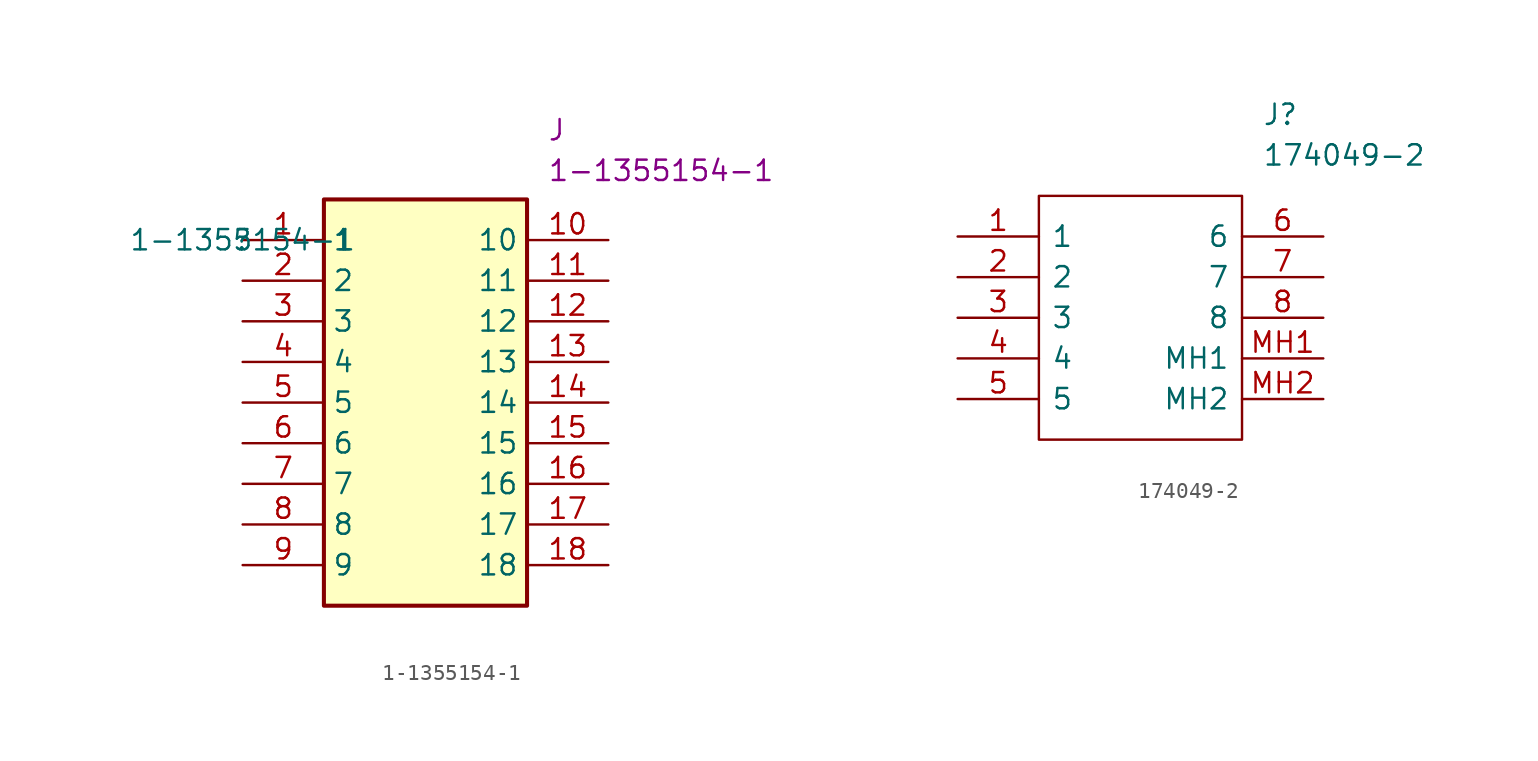
<source format=kicad_sym>
(kicad_symbol_lib
  (version 20211014)
  (generator kicad_symbol_editor)
  (symbol "1-1355154-1"
    (property "Reference" ""
      (at 0 0 0)
      (effects (font (size 1.27 1.27))))
    (property "Value" "1-1355154-1"
      (at 0 0 0)
      (effects (font (size 1.27 1.27))))
    (property "Reference_1" "J"
      (at 19.05 7.62 0)
      (effects (font (size 1.27 1.27)) (justify left top)))
    (property "Value_1" "1-1355154-1"
      (at 19.05 5.08 0)
      (effects (font (size 1.27 1.27)) (justify left top)))
    (symbol "1-1355154-1_1_1"
      (rectangle (start 5.08 2.54) (end 17.78 -22.86) (stroke (width 0.254) (type default) (color 0 0 0 0)) (fill (type background)))
      (pin passive line (at 0 0 0) (length 5.08) (name "1" (effects (font (size 1.27 1.27)))) (number "1" (effects (font (size 1.27 1.27)))))
      (pin passive line (at 22.86 0 180) (length 5.08) (name "10" (effects (font (size 1.27 1.27)))) (number "10" (effects (font (size 1.27 1.27)))))
      (pin passive line (at 22.86 -2.54 180) (length 5.08) (name "11" (effects (font (size 1.27 1.27)))) (number "11" (effects (font (size 1.27 1.27)))))
      (pin passive line (at 22.86 -5.08 180) (length 5.08) (name "12" (effects (font (size 1.27 1.27)))) (number "12" (effects (font (size 1.27 1.27)))))
      (pin passive line (at 22.86 -7.62 180) (length 5.08) (name "13" (effects (font (size 1.27 1.27)))) (number "13" (effects (font (size 1.27 1.27)))))
      (pin passive line (at 22.86 -10.16 180) (length 5.08) (name "14" (effects (font (size 1.27 1.27)))) (number "14" (effects (font (size 1.27 1.27)))))
      (pin passive line (at 22.86 -12.7 180) (length 5.08) (name "15" (effects (font (size 1.27 1.27)))) (number "15" (effects (font (size 1.27 1.27)))))
      (pin passive line (at 22.86 -15.24 180) (length 5.08) (name "16" (effects (font (size 1.27 1.27)))) (number "16" (effects (font (size 1.27 1.27)))))
      (pin passive line (at 22.86 -17.78 180) (length 5.08) (name "17" (effects (font (size 1.27 1.27)))) (number "17" (effects (font (size 1.27 1.27)))))
      (pin passive line (at 22.86 -20.32 180) (length 5.08) (name "18" (effects (font (size 1.27 1.27)))) (number "18" (effects (font (size 1.27 1.27)))))
      (pin passive line (at 0 -2.54 0) (length 5.08) (name "2" (effects (font (size 1.27 1.27)))) (number "2" (effects (font (size 1.27 1.27)))))
      (pin passive line (at 0 -5.08 0) (length 5.08) (name "3" (effects (font (size 1.27 1.27)))) (number "3" (effects (font (size 1.27 1.27)))))
      (pin passive line (at 0 -7.62 0) (length 5.08) (name "4" (effects (font (size 1.27 1.27)))) (number "4" (effects (font (size 1.27 1.27)))))
      (pin passive line (at 0 -10.16 0) (length 5.08) (name "5" (effects (font (size 1.27 1.27)))) (number "5" (effects (font (size 1.27 1.27)))))
      (pin passive line (at 0 -12.7 0) (length 5.08) (name "6" (effects (font (size 1.27 1.27)))) (number "6" (effects (font (size 1.27 1.27)))))
      (pin passive line (at 0 -15.24 0) (length 5.08) (name "7" (effects (font (size 1.27 1.27)))) (number "7" (effects (font (size 1.27 1.27)))))
      (pin passive line (at 0 -17.78 0) (length 5.08) (name "8" (effects (font (size 1.27 1.27)))) (number "8" (effects (font (size 1.27 1.27)))))
      (pin passive line (at 0 -20.32 0) (length 5.08) (name "9" (effects (font (size 1.27 1.27)))) (number "9" (effects (font (size 1.27 1.27)))))))
  (symbol "174049-2"
    (pin_names
      (offset 0.762))
    (property "Reference" "J"
      (at 19.05 7.62 0)
      (effects (font (size 1.27 1.27)) (justify left)))
    (property "Value" "174049-2"
      (at 19.05 5.08 0)
      (effects (font (size 1.27 1.27)) (justify left)))
    (symbol "174049-2_0_0"
      (pin passive line (at 0 0 0) (length 5.08) (name "1" (effects (font (size 1.27 1.27)))) (number "1" (effects (font (size 1.27 1.27)))))
      (pin passive line (at 0 -2.54 0) (length 5.08) (name "2" (effects (font (size 1.27 1.27)))) (number "2" (effects (font (size 1.27 1.27)))))
      (pin passive line (at 0 -5.08 0) (length 5.08) (name "3" (effects (font (size 1.27 1.27)))) (number "3" (effects (font (size 1.27 1.27)))))
      (pin passive line (at 0 -7.62 0) (length 5.08) (name "4" (effects (font (size 1.27 1.27)))) (number "4" (effects (font (size 1.27 1.27)))))
      (pin passive line (at 0 -10.16 0) (length 5.08) (name "5" (effects (font (size 1.27 1.27)))) (number "5" (effects (font (size 1.27 1.27)))))
      (pin passive line (at 22.86 0 180) (length 5.08) (name "6" (effects (font (size 1.27 1.27)))) (number "6" (effects (font (size 1.27 1.27)))))
      (pin passive line (at 22.86 -2.54 180) (length 5.08) (name "7" (effects (font (size 1.27 1.27)))) (number "7" (effects (font (size 1.27 1.27)))))
      (pin passive line (at 22.86 -5.08 180) (length 5.08) (name "8" (effects (font (size 1.27 1.27)))) (number "8" (effects (font (size 1.27 1.27)))))
      (pin passive line (at 22.86 -7.62 180) (length 5.08) (name "MH1" (effects (font (size 1.27 1.27)))) (number "MH1" (effects (font (size 1.27 1.27)))))
      (pin passive line (at 22.86 -10.16 180) (length 5.08) (name "MH2" (effects (font (size 1.27 1.27)))) (number "MH2" (effects (font (size 1.27 1.27))))))
    (symbol "174049-2_0_1"
      (polyline (pts (xy 5.08 2.54) (xy 17.78 2.54) (xy 17.78 -12.7) (xy 5.08 -12.7) (xy 5.08 2.54)) (stroke (width 0.152) (type default) (color 0 0 0 0)) (fill (type none))))))
</source>
